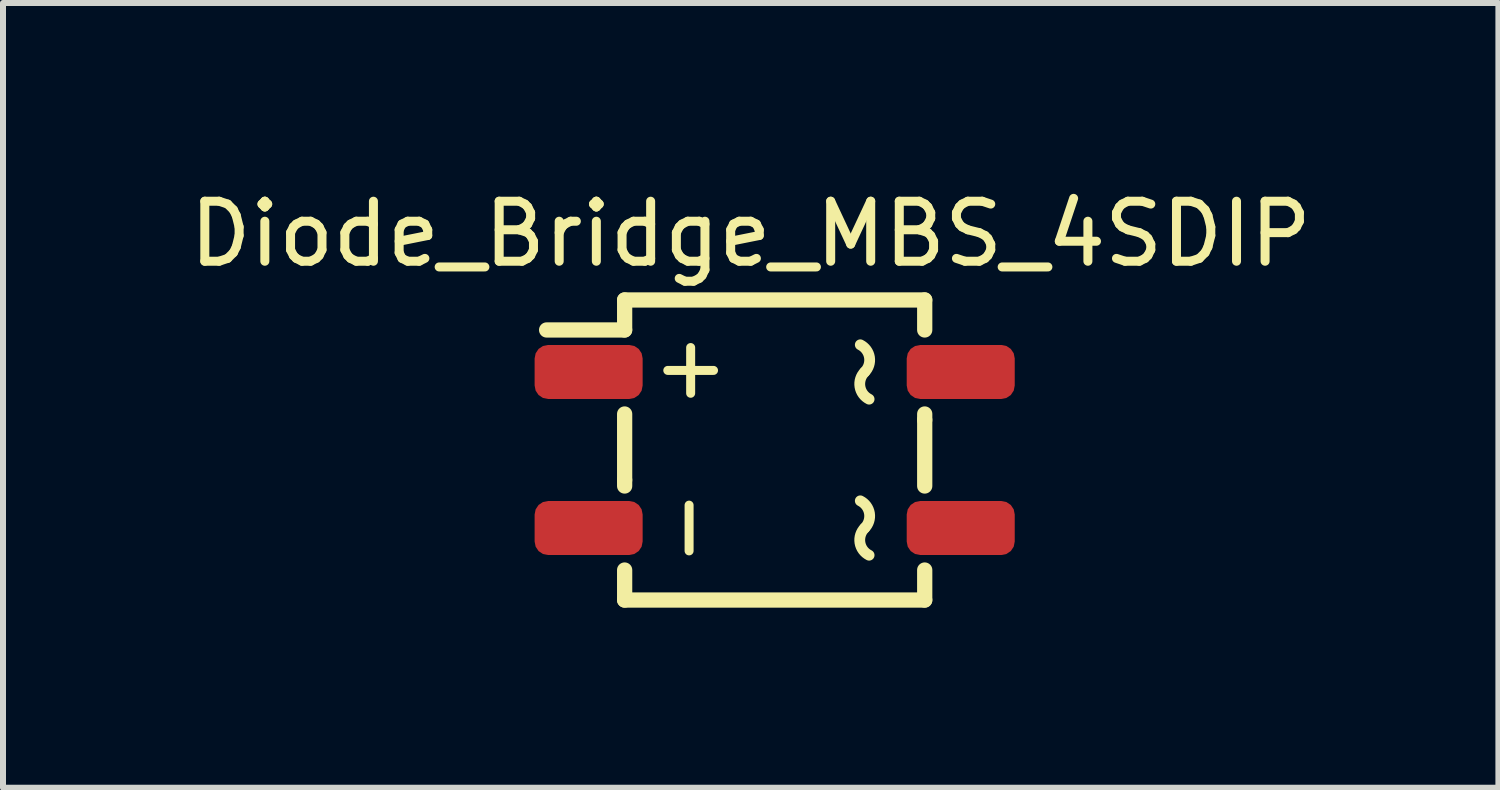
<source format=kicad_pcb>
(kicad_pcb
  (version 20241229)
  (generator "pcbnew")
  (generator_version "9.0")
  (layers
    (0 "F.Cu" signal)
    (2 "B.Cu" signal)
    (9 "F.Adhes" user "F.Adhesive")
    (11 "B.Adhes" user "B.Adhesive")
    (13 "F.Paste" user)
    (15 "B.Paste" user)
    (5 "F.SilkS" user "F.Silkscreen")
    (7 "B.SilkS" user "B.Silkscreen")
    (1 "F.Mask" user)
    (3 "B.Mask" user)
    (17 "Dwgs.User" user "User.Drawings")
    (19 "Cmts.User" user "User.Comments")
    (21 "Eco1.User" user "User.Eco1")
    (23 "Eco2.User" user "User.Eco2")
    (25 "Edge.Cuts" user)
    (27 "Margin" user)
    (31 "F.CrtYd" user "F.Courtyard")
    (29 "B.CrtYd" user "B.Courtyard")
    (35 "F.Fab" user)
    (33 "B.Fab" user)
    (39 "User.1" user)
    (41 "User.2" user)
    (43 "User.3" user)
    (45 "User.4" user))
  (footprint "Diode_Bridge_MBS_4SDIP"
    (layer "F.Cu")
    (at 9.858 4.448)
    (property "Reference" "Diode_Bridge_MBS_4SDIP" (at -0.4 -3.6 0) (layer "F.SilkS") (effects (font (size 1 1) (thickness 0.15))))
    (attr through_hole)
    (fp_line (start -2.5 -2.5) (end -2.5 -2) (stroke (width 0.254) (type solid)) (layer "F.SilkS"))
    (fp_line (start -2.5 -2) (end -3.8 -2) (stroke (width 0.254) (type solid)) (layer "F.SilkS"))
    (fp_line (start -2.5 -0.6) (end -2.5 0.5) (stroke (width 0.254) (type solid)) (layer "F.SilkS"))
    (fp_line (start -2.5 0.5) (end -2.5 0.6) (stroke (width 0.254) (type solid)) (layer "F.SilkS"))
    (fp_line (start -2.5 2.5) (end -2.5 2) (stroke (width 0.254) (type solid)) (layer "F.SilkS"))
    (fp_line (start -2.5 2.5) (end 2.5 2.5) (stroke (width 0.254) (type solid)) (layer "F.SilkS"))
    (fp_line (start 2.5 -2.5) (end -2.5 -2.5) (stroke (width 0.254) (type solid)) (layer "F.SilkS"))
    (fp_line (start 2.5 -2.5) (end 2.5 -2) (stroke (width 0.254) (type solid)) (layer "F.SilkS"))
    (fp_line (start 2.5 -0.5) (end 2.5 -0.6) (stroke (width 0.254) (type solid)) (layer "F.SilkS"))
    (fp_line (start 2.5 0.6) (end 2.5 -0.5) (stroke (width 0.254) (type solid)) (layer "F.SilkS"))
    (fp_line (start 2.5 2.5) (end 2.5 2) (stroke (width 0.254) (type solid)) (layer "F.SilkS"))
    (fp_arc (start 1.426645 -1.752904) (mid 1.579203 -1.545221) (end 1.499999 -1.300001) (stroke (width 0.18) (type solid)) (layer "F.SilkS"))
    (fp_arc (start 1.426645 0.847096) (mid 1.579203 1.054779) (end 1.499999 1.299999) (stroke (width 0.18) (type solid)) (layer "F.SilkS"))
    (fp_arc (start 1.573355 -0.847096) (mid 1.420797 -1.054779) (end 1.500001 -1.299999) (stroke (width 0.18) (type solid)) (layer "F.SilkS"))
    (fp_arc (start 1.573355 1.752904) (mid 1.420797 1.545221) (end 1.500001 1.300001) (stroke (width 0.18) (type solid)) (layer "F.SilkS"))
    (fp_text user "+" (at -1.4 -1.4 0) (layer "F.SilkS") (effects (font (size 1 1) (thickness 0.15))))
    (fp_text user "-" (at -1.5 1.3 270) (layer "F.SilkS") (effects (font (size 1 1) (thickness 0.15))))
    (pad "1" smd roundrect (at -3.1 -1.3) (size 1.8 0.9) (layers "F.Cu" "F.Mask" "F.Paste") (roundrect_rratio 0.25))
    (pad "2" smd roundrect (at -3.1 1.3) (size 1.8 0.9) (layers "F.Cu" "F.Mask" "F.Paste") (roundrect_rratio 0.25))
    (pad "3" smd roundrect (at 3.1 1.3) (size 1.8 0.9) (layers "F.Cu" "F.Mask" "F.Paste") (roundrect_rratio 0.25))
    (pad "4" smd roundrect (at 3.1 -1.3) (size 1.8 0.9) (layers "F.Cu" "F.Mask" "F.Paste") (roundrect_rratio 0.25)))
  (gr_rect
    (start -3 -3)
    (end 21.917 10.075)
    (stroke (width 0.1) (type default))
    (fill no)
    (layer "Edge.Cuts")))
</source>
